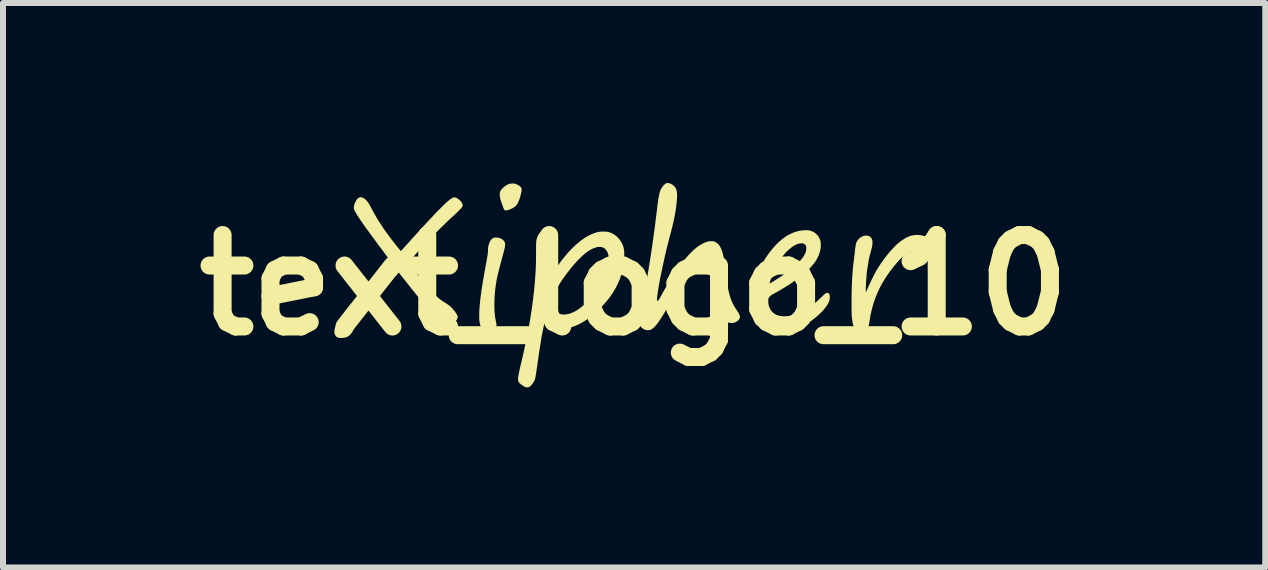
<source format=kicad_pcb>
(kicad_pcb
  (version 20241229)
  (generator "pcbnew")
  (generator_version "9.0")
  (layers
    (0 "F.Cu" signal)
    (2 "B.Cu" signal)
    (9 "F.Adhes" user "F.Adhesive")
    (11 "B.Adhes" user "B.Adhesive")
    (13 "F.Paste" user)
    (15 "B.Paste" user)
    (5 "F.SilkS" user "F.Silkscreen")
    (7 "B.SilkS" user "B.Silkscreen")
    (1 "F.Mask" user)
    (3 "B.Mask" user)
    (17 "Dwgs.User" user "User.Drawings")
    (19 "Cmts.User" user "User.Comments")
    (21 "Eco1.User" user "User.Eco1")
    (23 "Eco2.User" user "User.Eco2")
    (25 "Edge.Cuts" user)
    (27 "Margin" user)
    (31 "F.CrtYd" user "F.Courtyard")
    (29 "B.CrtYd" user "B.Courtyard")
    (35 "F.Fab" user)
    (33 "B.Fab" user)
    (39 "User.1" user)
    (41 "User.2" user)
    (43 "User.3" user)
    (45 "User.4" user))
  (footprint "text_logo_10"
    (layer "F.Cu")
    (at 7.518 1.702)
    (property "Reference" "text_logo_10" (at 0 0 0) (layer "F.SilkS") (effects (font (size 1.524 1.524) (thickness 0.3))))
    (attr board_only exclude_from_pos_files exclude_from_bom)
    (fp_poly (pts (xy -1.988 -1.691) (xy -1.961 -1.682) (xy -1.933 -1.668) (xy -1.93 -1.666) (xy -1.908 -1.651) (xy -1.892 -1.637) (xy -1.881 -1.623) (xy -1.875 -1.608) (xy -1.874 -1.595) (xy -1.875 -1.577) (xy -1.878 -1.554) (xy -1.884 -1.529) (xy -1.89 -1.501) (xy -1.898 -1.473) (xy -1.907 -1.444) (xy -1.916 -1.418) (xy -1.926 -1.394) (xy -1.935 -1.374) (xy -1.937 -1.37) (xy -1.953 -1.344) (xy -1.971 -1.322) (xy -1.993 -1.303) (xy -2.018 -1.286) (xy -2.036 -1.277) (xy -2.063 -1.265) (xy -2.087 -1.255) (xy -2.11 -1.249) (xy -2.129 -1.245) (xy -2.145 -1.246) (xy -2.156 -1.249) (xy -2.157 -1.25) (xy -2.162 -1.254) (xy -2.167 -1.262) (xy -2.172 -1.272) (xy -2.178 -1.286) (xy -2.185 -1.306) (xy -2.189 -1.318) (xy -2.196 -1.337) (xy -2.204 -1.359) (xy -2.211 -1.381) (xy -2.217 -1.396) (xy -2.229 -1.435) (xy -2.236 -1.47) (xy -2.239 -1.502) (xy -2.239 -1.52) (xy -2.238 -1.539) (xy -2.234 -1.555) (xy -2.227 -1.57) (xy -2.217 -1.586) (xy -2.203 -1.603) (xy -2.187 -1.619) (xy -2.159 -1.644) (xy -2.132 -1.664) (xy -2.105 -1.678) (xy -2.076 -1.688) (xy -2.045 -1.693) (xy -2.016 -1.694)) (stroke (width 0) (type solid)) (fill yes) (layer "F.SilkS"))
    (fp_poly (pts (xy -2.291 -0.793) (xy -2.257 -0.789) (xy -2.228 -0.78) (xy -2.202 -0.767) (xy -2.181 -0.75) (xy -2.17 -0.737) (xy -2.163 -0.727) (xy -2.157 -0.717) (xy -2.153 -0.707) (xy -2.15 -0.696) (xy -2.149 -0.684) (xy -2.149 -0.669) (xy -2.15 -0.652) (xy -2.154 -0.633) (xy -2.159 -0.609) (xy -2.165 -0.582) (xy -2.174 -0.549) (xy -2.184 -0.512) (xy -2.188 -0.496) (xy -2.207 -0.426) (xy -2.225 -0.36) (xy -2.241 -0.298) (xy -2.255 -0.241) (xy -2.268 -0.189) (xy -2.279 -0.142) (xy -2.288 -0.101) (xy -2.293 -0.075) (xy -2.305 -0.002) (xy -2.315 0.076) (xy -2.322 0.157) (xy -2.327 0.241) (xy -2.328 0.327) (xy -2.328 0.372) (xy -2.327 0.405) (xy -2.326 0.434) (xy -2.324 0.46) (xy -2.322 0.484) (xy -2.319 0.508) (xy -2.316 0.534) (xy -2.311 0.562) (xy -2.306 0.589) (xy -2.301 0.612) (xy -2.298 0.631) (xy -2.295 0.645) (xy -2.294 0.655) (xy -2.293 0.663) (xy -2.293 0.668) (xy -2.294 0.672) (xy -2.295 0.677) (xy -2.297 0.681) (xy -2.297 0.681) (xy -2.305 0.694) (xy -2.317 0.709) (xy -2.331 0.724) (xy -2.348 0.738) (xy -2.357 0.745) (xy -2.383 0.76) (xy -2.41 0.769) (xy -2.437 0.774) (xy -2.464 0.772) (xy -2.465 0.772) (xy -2.49 0.765) (xy -2.511 0.752) (xy -2.53 0.734) (xy -2.546 0.711) (xy -2.559 0.682) (xy -2.569 0.648) (xy -2.577 0.609) (xy -2.579 0.589) (xy -2.58 0.572) (xy -2.581 0.549) (xy -2.581 0.523) (xy -2.581 0.494) (xy -2.581 0.463) (xy -2.58 0.432) (xy -2.578 0.401) (xy -2.576 0.372) (xy -2.574 0.345) (xy -2.574 0.345) (xy -2.568 0.284) (xy -2.561 0.22) (xy -2.552 0.152) (xy -2.542 0.081) (xy -2.531 0.006) (xy -2.518 -0.074) (xy -2.503 -0.159) (xy -2.487 -0.249) (xy -2.48 -0.288) (xy -2.471 -0.337) (xy -2.463 -0.38) (xy -2.456 -0.418) (xy -2.451 -0.451) (xy -2.446 -0.48) (xy -2.442 -0.504) (xy -2.439 -0.525) (xy -2.437 -0.543) (xy -2.436 -0.558) (xy -2.435 -0.571) (xy -2.435 -0.577) (xy -2.434 -0.613) (xy -2.429 -0.648) (xy -2.42 -0.681) (xy -2.41 -0.711) (xy -2.396 -0.738) (xy -2.381 -0.759) (xy -2.375 -0.766) (xy -2.363 -0.777) (xy -2.351 -0.785) (xy -2.338 -0.79) (xy -2.322 -0.793) (xy -2.303 -0.793)) (stroke (width 0) (type solid)) (fill yes) (layer "F.SilkS"))
    (fp_poly (pts (xy 4.741 -0.836) (xy 4.781 -0.832) (xy 4.818 -0.823) (xy 4.848 -0.812) (xy 4.881 -0.794) (xy 4.911 -0.771) (xy 4.938 -0.745) (xy 4.961 -0.715) (xy 4.98 -0.683) (xy 4.993 -0.65) (xy 4.995 -0.644) (xy 4.998 -0.624) (xy 5 -0.599) (xy 5 -0.589) (xy 5 -0.574) (xy 5 -0.563) (xy 4.999 -0.554) (xy 4.996 -0.547) (xy 4.993 -0.538) (xy 4.989 -0.531) (xy 4.977 -0.509) (xy 4.963 -0.493) (xy 4.947 -0.481) (xy 4.927 -0.473) (xy 4.914 -0.47) (xy 4.887 -0.468) (xy 4.86 -0.471) (xy 4.834 -0.479) (xy 4.811 -0.492) (xy 4.802 -0.498) (xy 4.791 -0.507) (xy 4.779 -0.518) (xy 4.77 -0.526) (xy 4.747 -0.545) (xy 4.725 -0.559) (xy 4.722 -0.561) (xy 4.698 -0.57) (xy 4.672 -0.574) (xy 4.646 -0.572) (xy 4.617 -0.565) (xy 4.587 -0.553) (xy 4.556 -0.534) (xy 4.545 -0.527) (xy 4.514 -0.505) (xy 4.482 -0.477) (xy 4.447 -0.445) (xy 4.411 -0.408) (xy 4.374 -0.366) (xy 4.336 -0.321) (xy 4.297 -0.272) (xy 4.258 -0.221) (xy 4.257 -0.218) (xy 4.197 -0.132) (xy 4.143 -0.044) (xy 4.095 0.044) (xy 4.053 0.135) (xy 4.016 0.226) (xy 3.985 0.32) (xy 3.959 0.416) (xy 3.938 0.515) (xy 3.928 0.581) (xy 3.923 0.613) (xy 3.918 0.639) (xy 3.913 0.661) (xy 3.907 0.68) (xy 3.9 0.698) (xy 3.897 0.703) (xy 3.883 0.727) (xy 3.866 0.746) (xy 3.846 0.761) (xy 3.821 0.771) (xy 3.793 0.776) (xy 3.762 0.778) (xy 3.745 0.778) (xy 3.733 0.776) (xy 3.723 0.773) (xy 3.721 0.772) (xy 3.704 0.761) (xy 3.688 0.744) (xy 3.673 0.722) (xy 3.661 0.694) (xy 3.65 0.662) (xy 3.642 0.625) (xy 3.641 0.621) (xy 3.638 0.6) (xy 3.635 0.581) (xy 3.632 0.561) (xy 3.63 0.541) (xy 3.628 0.52) (xy 3.627 0.497) (xy 3.626 0.472) (xy 3.625 0.444) (xy 3.625 0.411) (xy 3.624 0.375) (xy 3.624 0.333) (xy 3.624 0.308) (xy 3.625 0.204) (xy 3.626 0.105) (xy 3.629 0.012) (xy 3.632 -0.076) (xy 3.637 -0.159) (xy 3.643 -0.236) (xy 3.649 -0.309) (xy 3.657 -0.377) (xy 3.662 -0.416) (xy 3.664 -0.431) (xy 3.667 -0.451) (xy 3.669 -0.474) (xy 3.672 -0.498) (xy 3.675 -0.523) (xy 3.676 -0.533) (xy 3.68 -0.574) (xy 3.685 -0.609) (xy 3.689 -0.638) (xy 3.693 -0.663) (xy 3.697 -0.684) (xy 3.701 -0.7) (xy 3.703 -0.705) (xy 3.715 -0.731) (xy 3.732 -0.756) (xy 3.753 -0.778) (xy 3.778 -0.797) (xy 3.804 -0.812) (xy 3.831 -0.822) (xy 3.846 -0.824) (xy 3.874 -0.826) (xy 3.899 -0.823) (xy 3.921 -0.814) (xy 3.94 -0.801) (xy 3.955 -0.783) (xy 3.966 -0.761) (xy 3.972 -0.736) (xy 3.973 -0.713) (xy 3.973 -0.7) (xy 3.972 -0.686) (xy 3.971 -0.671) (xy 3.968 -0.656) (xy 3.965 -0.637) (xy 3.96 -0.617) (xy 3.954 -0.592) (xy 3.947 -0.564) (xy 3.938 -0.531) (xy 3.931 -0.507) (xy 3.921 -0.466) (xy 3.913 -0.431) (xy 3.907 -0.401) (xy 3.905 -0.383) (xy 3.903 -0.372) (xy 3.901 -0.357) (xy 3.898 -0.34) (xy 3.895 -0.321) (xy 3.894 -0.315) (xy 3.89 -0.295) (xy 3.887 -0.272) (xy 3.883 -0.247) (xy 3.88 -0.223) (xy 3.879 -0.208) (xy 3.876 -0.183) (xy 3.874 -0.155) (xy 3.872 -0.125) (xy 3.869 -0.093) (xy 3.867 -0.061) (xy 3.865 -0.029) (xy 3.864 0.001) (xy 3.862 0.028) (xy 3.861 0.052) (xy 3.861 0.072) (xy 3.861 0.082) (xy 3.861 0.121) (xy 3.869 0.105) (xy 3.872 0.098) (xy 3.878 0.087) (xy 3.885 0.071) (xy 3.893 0.053) (xy 3.902 0.034) (xy 3.909 0.017) (xy 3.925 -0.017) (xy 3.941 -0.052) (xy 3.959 -0.089) (xy 3.976 -0.124) (xy 3.994 -0.159) (xy 4.01 -0.191) (xy 4.025 -0.22) (xy 4.039 -0.244) (xy 4.039 -0.244) (xy 4.063 -0.284) (xy 4.089 -0.325) (xy 4.118 -0.368) (xy 4.149 -0.411) (xy 4.181 -0.455) (xy 4.214 -0.497) (xy 4.247 -0.538) (xy 4.28 -0.577) (xy 4.312 -0.612) (xy 4.342 -0.644) (xy 4.37 -0.671) (xy 4.371 -0.672) (xy 4.412 -0.707) (xy 4.454 -0.739) (xy 4.495 -0.767) (xy 4.535 -0.791) (xy 4.574 -0.809) (xy 4.581 -0.812) (xy 4.619 -0.824) (xy 4.66 -0.833) (xy 4.701 -0.837)) (stroke (width 0) (type solid)) (fill yes) (layer "F.SilkS"))
    (fp_poly (pts (xy 2.895 -0.915) (xy 2.907 -0.914) (xy 2.918 -0.912) (xy 2.921 -0.911) (xy 2.954 -0.902) (xy 2.984 -0.89) (xy 3.01 -0.873) (xy 3.036 -0.852) (xy 3.04 -0.848) (xy 3.062 -0.825) (xy 3.079 -0.8) (xy 3.092 -0.775) (xy 3.103 -0.745) (xy 3.106 -0.735) (xy 3.109 -0.72) (xy 3.111 -0.7) (xy 3.111 -0.677) (xy 3.111 -0.652) (xy 3.11 -0.627) (xy 3.107 -0.604) (xy 3.104 -0.586) (xy 3.091 -0.538) (xy 3.074 -0.491) (xy 3.052 -0.445) (xy 3.025 -0.399) (xy 2.992 -0.354) (xy 2.954 -0.309) (xy 2.91 -0.263) (xy 2.867 -0.223) (xy 2.801 -0.166) (xy 2.729 -0.11) (xy 2.651 -0.054) (xy 2.568 0.002) (xy 2.48 0.056) (xy 2.388 0.11) (xy 2.377 0.116) (xy 2.352 0.13) (xy 2.331 0.142) (xy 2.314 0.151) (xy 2.301 0.159) (xy 2.291 0.165) (xy 2.283 0.171) (xy 2.277 0.175) (xy 2.272 0.179) (xy 2.267 0.183) (xy 2.264 0.186) (xy 2.255 0.196) (xy 2.247 0.208) (xy 2.243 0.215) (xy 2.24 0.222) (xy 2.238 0.229) (xy 2.236 0.237) (xy 2.236 0.247) (xy 2.236 0.261) (xy 2.236 0.269) (xy 2.239 0.31) (xy 2.247 0.349) (xy 2.26 0.385) (xy 2.279 0.417) (xy 2.29 0.432) (xy 2.313 0.457) (xy 2.339 0.477) (xy 2.369 0.494) (xy 2.402 0.506) (xy 2.439 0.514) (xy 2.48 0.519) (xy 2.513 0.519) (xy 2.57 0.516) (xy 2.626 0.508) (xy 2.682 0.494) (xy 2.739 0.474) (xy 2.796 0.448) (xy 2.854 0.416) (xy 2.856 0.416) (xy 2.891 0.394) (xy 2.927 0.369) (xy 2.962 0.343) (xy 2.999 0.313) (xy 3.037 0.28) (xy 3.078 0.242) (xy 3.113 0.209) (xy 3.135 0.188) (xy 3.153 0.17) (xy 3.168 0.157) (xy 3.18 0.146) (xy 3.191 0.139) (xy 3.199 0.133) (xy 3.207 0.13) (xy 3.214 0.129) (xy 3.219 0.128) (xy 3.233 0.131) (xy 3.245 0.139) (xy 3.254 0.151) (xy 3.258 0.163) (xy 3.261 0.18) (xy 3.262 0.199) (xy 3.262 0.219) (xy 3.259 0.238) (xy 3.258 0.245) (xy 3.249 0.273) (xy 3.236 0.303) (xy 3.217 0.335) (xy 3.194 0.368) (xy 3.167 0.402) (xy 3.136 0.437) (xy 3.102 0.471) (xy 3.086 0.486) (xy 3.028 0.537) (xy 2.971 0.581) (xy 2.915 0.621) (xy 2.86 0.655) (xy 2.804 0.685) (xy 2.748 0.71) (xy 2.691 0.73) (xy 2.632 0.746) (xy 2.58 0.757) (xy 2.562 0.76) (xy 2.541 0.762) (xy 2.516 0.763) (xy 2.489 0.764) (xy 2.462 0.765) (xy 2.436 0.765) (xy 2.413 0.765) (xy 2.394 0.764) (xy 2.386 0.763) (xy 2.331 0.753) (xy 2.28 0.74) (xy 2.233 0.722) (xy 2.189 0.699) (xy 2.159 0.68) (xy 2.122 0.648) (xy 2.089 0.613) (xy 2.06 0.572) (xy 2.035 0.528) (xy 2.014 0.479) (xy 1.997 0.427) (xy 1.986 0.377) (xy 1.984 0.365) (xy 1.983 0.355) (xy 1.981 0.345) (xy 1.981 0.333) (xy 1.98 0.321) (xy 1.979 0.305) (xy 1.979 0.286) (xy 1.979 0.263) (xy 1.979 0.237) (xy 1.979 0.205) (xy 1.98 0.179) (xy 1.98 0.157) (xy 1.981 0.139) (xy 1.982 0.124) (xy 1.983 0.11) (xy 1.985 0.098) (xy 1.997 0.022) (xy 2.009 -0.031) (xy 2.259 -0.031) (xy 2.259 -0.028) (xy 2.26 -0.028) (xy 2.26 -0.027) (xy 2.263 -0.029) (xy 2.271 -0.033) (xy 2.282 -0.04) (xy 2.295 -0.048) (xy 2.308 -0.055) (xy 2.385 -0.103) (xy 2.457 -0.15) (xy 2.523 -0.196) (xy 2.583 -0.24) (xy 2.638 -0.284) (xy 2.687 -0.326) (xy 2.731 -0.367) (xy 2.768 -0.407) (xy 2.8 -0.445) (xy 2.826 -0.482) (xy 2.846 -0.518) (xy 2.861 -0.552) (xy 2.863 -0.559) (xy 2.867 -0.577) (xy 2.869 -0.598) (xy 2.87 -0.618) (xy 2.869 -0.637) (xy 2.866 -0.649) (xy 2.859 -0.665) (xy 2.847 -0.679) (xy 2.832 -0.689) (xy 2.827 -0.692) (xy 2.812 -0.695) (xy 2.793 -0.697) (xy 2.773 -0.696) (xy 2.753 -0.693) (xy 2.744 -0.691) (xy 2.712 -0.681) (xy 2.679 -0.665) (xy 2.645 -0.644) (xy 2.61 -0.618) (xy 2.574 -0.588) (xy 2.539 -0.554) (xy 2.538 -0.553) (xy 2.486 -0.494) (xy 2.438 -0.432) (xy 2.395 -0.367) (xy 2.357 -0.299) (xy 2.323 -0.227) (xy 2.294 -0.151) (xy 2.27 -0.075) (xy 2.265 -0.057) (xy 2.262 -0.045) (xy 2.26 -0.036) (xy 2.259 -0.031) (xy 2.009 -0.031) (xy 2.013 -0.05) (xy 2.033 -0.119) (xy 2.056 -0.187) (xy 2.085 -0.255) (xy 2.107 -0.301) (xy 2.15 -0.382) (xy 2.197 -0.46) (xy 2.249 -0.534) (xy 2.304 -0.604) (xy 2.363 -0.669) (xy 2.383 -0.69) (xy 2.423 -0.728) (xy 2.461 -0.761) (xy 2.499 -0.79) (xy 2.537 -0.816) (xy 2.576 -0.839) (xy 2.605 -0.853) (xy 2.651 -0.874) (xy 2.696 -0.89) (xy 2.74 -0.902) (xy 2.785 -0.91) (xy 2.833 -0.914) (xy 2.843 -0.915) (xy 2.864 -0.915) (xy 2.881 -0.915)) (stroke (width 0) (type solid)) (fill yes) (layer "F.SilkS"))
    (fp_poly (pts (xy 0.583 -1.699) (xy 0.604 -1.692) (xy 0.625 -1.682) (xy 0.645 -1.67) (xy 0.658 -1.659) (xy 0.675 -1.642) (xy 0.688 -1.624) (xy 0.699 -1.604) (xy 0.707 -1.581) (xy 0.713 -1.556) (xy 0.716 -1.526) (xy 0.717 -1.493) (xy 0.715 -1.454) (xy 0.714 -1.437) (xy 0.71 -1.383) (xy 0.704 -1.326) (xy 0.696 -1.267) (xy 0.686 -1.206) (xy 0.674 -1.142) (xy 0.66 -1.074) (xy 0.644 -1.002) (xy 0.625 -0.926) (xy 0.604 -0.845) (xy 0.587 -0.783) (xy 0.576 -0.739) (xy 0.564 -0.692) (xy 0.551 -0.644) (xy 0.539 -0.593) (xy 0.527 -0.542) (xy 0.515 -0.489) (xy 0.503 -0.435) (xy 0.491 -0.381) (xy 0.479 -0.327) (xy 0.468 -0.273) (xy 0.457 -0.22) (xy 0.446 -0.168) (xy 0.436 -0.118) (xy 0.427 -0.069) (xy 0.418 -0.022) (xy 0.411 0.023) (xy 0.403 0.064) (xy 0.397 0.103) (xy 0.392 0.138) (xy 0.388 0.169) (xy 0.384 0.196) (xy 0.382 0.219) (xy 0.382 0.236) (xy 0.382 0.249) (xy 0.384 0.255) (xy 0.388 0.259) (xy 0.394 0.261) (xy 0.397 0.261) (xy 0.4 0.261) (xy 0.403 0.258) (xy 0.407 0.252) (xy 0.412 0.243) (xy 0.42 0.23) (xy 0.426 0.219) (xy 0.478 0.126) (xy 0.53 0.036) (xy 0.581 -0.048) (xy 0.631 -0.129) (xy 0.681 -0.205) (xy 0.73 -0.275) (xy 0.778 -0.341) (xy 0.825 -0.402) (xy 0.87 -0.458) (xy 0.915 -0.508) (xy 0.958 -0.552) (xy 0.989 -0.582) (xy 1.032 -0.619) (xy 1.073 -0.65) (xy 1.112 -0.676) (xy 1.15 -0.697) (xy 1.188 -0.713) (xy 1.225 -0.725) (xy 1.226 -0.725) (xy 1.241 -0.729) (xy 1.253 -0.731) (xy 1.266 -0.732) (xy 1.281 -0.732) (xy 1.292 -0.732) (xy 1.309 -0.731) (xy 1.321 -0.73) (xy 1.33 -0.729) (xy 1.338 -0.726) (xy 1.347 -0.723) (xy 1.347 -0.722) (xy 1.37 -0.709) (xy 1.392 -0.693) (xy 1.411 -0.673) (xy 1.428 -0.65) (xy 1.444 -0.621) (xy 1.458 -0.589) (xy 1.471 -0.551) (xy 1.482 -0.508) (xy 1.493 -0.459) (xy 1.494 -0.457) (xy 1.501 -0.416) (xy 1.509 -0.37) (xy 1.516 -0.321) (xy 1.523 -0.268) (xy 1.529 -0.214) (xy 1.53 -0.203) (xy 1.536 -0.156) (xy 1.54 -0.114) (xy 1.545 -0.077) (xy 1.549 -0.044) (xy 1.554 -0.014) (xy 1.558 0.014) (xy 1.563 0.04) (xy 1.568 0.066) (xy 1.573 0.091) (xy 1.576 0.103) (xy 1.591 0.162) (xy 1.607 0.215) (xy 1.626 0.265) (xy 1.647 0.311) (xy 1.67 0.355) (xy 1.697 0.397) (xy 1.703 0.406) (xy 1.723 0.436) (xy 1.739 0.462) (xy 1.751 0.485) (xy 1.759 0.504) (xy 1.763 0.521) (xy 1.763 0.524) (xy 1.764 0.536) (xy 1.762 0.545) (xy 1.759 0.555) (xy 1.757 0.56) (xy 1.745 0.577) (xy 1.73 0.593) (xy 1.71 0.607) (xy 1.688 0.619) (xy 1.666 0.627) (xy 1.658 0.629) (xy 1.64 0.631) (xy 1.618 0.631) (xy 1.596 0.629) (xy 1.575 0.625) (xy 1.568 0.623) (xy 1.538 0.61) (xy 1.509 0.591) (xy 1.481 0.567) (xy 1.454 0.539) (xy 1.43 0.507) (xy 1.409 0.472) (xy 1.399 0.453) (xy 1.383 0.415) (xy 1.368 0.371) (xy 1.355 0.322) (xy 1.344 0.269) (xy 1.334 0.21) (xy 1.325 0.148) (xy 1.32 0.095) (xy 1.316 0.054) (xy 1.313 0.018) (xy 1.31 -0.013) (xy 1.308 -0.04) (xy 1.305 -0.063) (xy 1.303 -0.084) (xy 1.301 -0.102) (xy 1.3 -0.12) (xy 1.298 -0.136) (xy 1.296 -0.153) (xy 1.295 -0.156) (xy 1.289 -0.201) (xy 1.284 -0.241) (xy 1.278 -0.276) (xy 1.271 -0.305) (xy 1.265 -0.331) (xy 1.258 -0.352) (xy 1.25 -0.371) (xy 1.242 -0.386) (xy 1.233 -0.398) (xy 1.231 -0.4) (xy 1.216 -0.414) (xy 1.2 -0.422) (xy 1.182 -0.425) (xy 1.175 -0.426) (xy 1.159 -0.424) (xy 1.143 -0.419) (xy 1.125 -0.411) (xy 1.107 -0.399) (xy 1.086 -0.383) (xy 1.064 -0.363) (xy 1.038 -0.337) (xy 1.037 -0.337) (xy 1.011 -0.308) (xy 0.983 -0.276) (xy 0.954 -0.24) (xy 0.923 -0.2) (xy 0.891 -0.156) (xy 0.857 -0.107) (xy 0.821 -0.055) (xy 0.783 0.003) (xy 0.743 0.065) (xy 0.702 0.133) (xy 0.657 0.205) (xy 0.611 0.283) (xy 0.562 0.366) (xy 0.556 0.377) (xy 0.524 0.43) (xy 0.496 0.478) (xy 0.469 0.52) (xy 0.445 0.559) (xy 0.423 0.592) (xy 0.402 0.622) (xy 0.382 0.648) (xy 0.364 0.67) (xy 0.347 0.689) (xy 0.331 0.706) (xy 0.315 0.719) (xy 0.3 0.73) (xy 0.285 0.739) (xy 0.283 0.74) (xy 0.272 0.745) (xy 0.264 0.748) (xy 0.255 0.75) (xy 0.244 0.75) (xy 0.234 0.75) (xy 0.219 0.75) (xy 0.206 0.749) (xy 0.195 0.747) (xy 0.192 0.746) (xy 0.177 0.741) (xy 0.165 0.736) (xy 0.154 0.73) (xy 0.143 0.723) (xy 0.122 0.705) (xy 0.106 0.683) (xy 0.095 0.659) (xy 0.09 0.633) (xy 0.089 0.631) (xy 0.089 0.622) (xy 0.089 0.612) (xy 0.09 0.601) (xy 0.091 0.587) (xy 0.093 0.571) (xy 0.096 0.552) (xy 0.1 0.529) (xy 0.105 0.502) (xy 0.111 0.47) (xy 0.118 0.433) (xy 0.121 0.418) (xy 0.172 0.143) (xy 0.219 -0.128) (xy 0.263 -0.397) (xy 0.303 -0.664) (xy 0.34 -0.931) (xy 0.374 -1.199) (xy 0.386 -1.297) (xy 0.392 -1.348) (xy 0.398 -1.394) (xy 0.404 -1.435) (xy 0.41 -1.47) (xy 0.417 -1.502) (xy 0.423 -1.53) (xy 0.43 -1.555) (xy 0.438 -1.577) (xy 0.446 -1.596) (xy 0.456 -1.614) (xy 0.466 -1.63) (xy 0.477 -1.646) (xy 0.48 -1.649) (xy 0.495 -1.667) (xy 0.511 -1.681) (xy 0.526 -1.693) (xy 0.539 -1.7) (xy 0.546 -1.702) (xy 0.563 -1.702)) (stroke (width 0) (type solid)) (fill yes) (layer "F.SilkS"))
    (fp_poly (pts (xy -1.428 -0.929) (xy -1.414 -0.92) (xy -1.401 -0.907) (xy -1.39 -0.893) (xy -1.38 -0.878) (xy -1.371 -0.861) (xy -1.364 -0.842) (xy -1.358 -0.821) (xy -1.354 -0.798) (xy -1.351 -0.772) (xy -1.349 -0.742) (xy -1.348 -0.709) (xy -1.349 -0.673) (xy -1.351 -0.633) (xy -1.355 -0.588) (xy -1.359 -0.539) (xy -1.365 -0.485) (xy -1.373 -0.425) (xy -1.381 -0.361) (xy -1.39 -0.298) (xy -1.394 -0.267) (xy -1.399 -0.237) (xy -1.403 -0.209) (xy -1.406 -0.183) (xy -1.409 -0.161) (xy -1.412 -0.142) (xy -1.413 -0.128) (xy -1.414 -0.119) (xy -1.415 -0.117) (xy -1.417 -0.096) (xy -1.381 -0.156) (xy -1.323 -0.248) (xy -1.265 -0.334) (xy -1.206 -0.415) (xy -1.145 -0.49) (xy -1.085 -0.56) (xy -1.023 -0.623) (xy -0.961 -0.681) (xy -0.898 -0.733) (xy -0.835 -0.779) (xy -0.822 -0.788) (xy -0.798 -0.802) (xy -0.771 -0.817) (xy -0.743 -0.832) (xy -0.714 -0.846) (xy -0.686 -0.858) (xy -0.662 -0.867) (xy -0.655 -0.87) (xy -0.628 -0.878) (xy -0.605 -0.884) (xy -0.583 -0.888) (xy -0.561 -0.891) (xy -0.537 -0.892) (xy -0.51 -0.893) (xy -0.482 -0.892) (xy -0.458 -0.89) (xy -0.437 -0.887) (xy -0.417 -0.882) (xy -0.396 -0.875) (xy -0.378 -0.868) (xy -0.343 -0.85) (xy -0.31 -0.827) (xy -0.278 -0.8) (xy -0.25 -0.769) (xy -0.224 -0.734) (xy -0.203 -0.698) (xy -0.186 -0.66) (xy -0.183 -0.651) (xy -0.177 -0.63) (xy -0.172 -0.61) (xy -0.168 -0.59) (xy -0.166 -0.568) (xy -0.164 -0.544) (xy -0.164 -0.516) (xy -0.164 -0.5) (xy -0.167 -0.418) (xy -0.176 -0.336) (xy -0.191 -0.255) (xy -0.212 -0.176) (xy -0.239 -0.098) (xy -0.272 -0.021) (xy -0.311 0.055) (xy -0.356 0.13) (xy -0.406 0.203) (xy -0.463 0.274) (xy -0.525 0.345) (xy -0.593 0.413) (xy -0.613 0.433) (xy -0.677 0.489) (xy -0.74 0.54) (xy -0.802 0.584) (xy -0.864 0.622) (xy -0.925 0.655) (xy -0.986 0.681) (xy -1.046 0.702) (xy -1.102 0.715) (xy -1.151 0.724) (xy -1.196 0.728) (xy -1.236 0.729) (xy -1.272 0.726) (xy -1.304 0.718) (xy -1.332 0.707) (xy -1.357 0.692) (xy -1.375 0.676) (xy -1.391 0.658) (xy -1.409 0.634) (xy -1.427 0.606) (xy -1.445 0.575) (xy -1.45 0.566) (xy -1.457 0.553) (xy -1.463 0.542) (xy -1.467 0.535) (xy -1.469 0.531) (xy -1.469 0.531) (xy -1.471 0.534) (xy -1.473 0.542) (xy -1.476 0.555) (xy -1.48 0.571) (xy -1.485 0.591) (xy -1.49 0.614) (xy -1.496 0.638) (xy -1.501 0.663) (xy -1.507 0.689) (xy -1.512 0.714) (xy -1.517 0.739) (xy -1.521 0.758) (xy -1.53 0.801) (xy -1.538 0.844) (xy -1.546 0.888) (xy -1.553 0.934) (xy -1.561 0.982) (xy -1.569 1.033) (xy -1.578 1.089) (xy -1.587 1.149) (xy -1.594 1.202) (xy -1.602 1.257) (xy -1.609 1.306) (xy -1.615 1.349) (xy -1.621 1.387) (xy -1.626 1.421) (xy -1.63 1.45) (xy -1.634 1.475) (xy -1.638 1.497) (xy -1.641 1.515) (xy -1.643 1.53) (xy -1.646 1.542) (xy -1.648 1.552) (xy -1.65 1.56) (xy -1.651 1.567) (xy -1.652 1.569) (xy -1.661 1.59) (xy -1.672 1.611) (xy -1.686 1.633) (xy -1.701 1.653) (xy -1.716 1.671) (xy -1.73 1.685) (xy -1.735 1.689) (xy -1.752 1.699) (xy -1.766 1.704) (xy -1.781 1.705) (xy -1.798 1.702) (xy -1.804 1.701) (xy -1.823 1.694) (xy -1.844 1.683) (xy -1.867 1.668) (xy -1.888 1.651) (xy -1.906 1.635) (xy -1.919 1.621) (xy -1.927 1.608) (xy -1.932 1.595) (xy -1.934 1.583) (xy -1.935 1.57) (xy -1.934 1.554) (xy -1.932 1.536) (xy -1.929 1.514) (xy -1.925 1.489) (xy -1.919 1.46) (xy -1.912 1.427) (xy -1.904 1.389) (xy -1.894 1.346) (xy -1.883 1.302) (xy -1.84 1.116) (xy -1.801 0.934) (xy -1.765 0.756) (xy -1.734 0.581) (xy -1.707 0.41) (xy -1.695 0.319) (xy -1.375 0.319) (xy -1.375 0.344) (xy -1.372 0.365) (xy -1.364 0.384) (xy -1.353 0.403) (xy -1.337 0.421) (xy -1.33 0.428) (xy -1.303 0.45) (xy -1.273 0.468) (xy -1.239 0.48) (xy -1.201 0.488) (xy -1.193 0.489) (xy -1.181 0.49) (xy -1.166 0.49) (xy -1.147 0.489) (xy -1.129 0.487) (xy -1.113 0.485) (xy -1.106 0.484) (xy -1.066 0.473) (xy -1.025 0.457) (xy -0.982 0.436) (xy -0.937 0.409) (xy -0.892 0.376) (xy -0.845 0.339) (xy -0.798 0.296) (xy -0.75 0.249) (xy -0.701 0.197) (xy -0.659 0.148) (xy -0.609 0.085) (xy -0.565 0.021) (xy -0.527 -0.042) (xy -0.494 -0.106) (xy -0.468 -0.169) (xy -0.447 -0.233) (xy -0.432 -0.295) (xy -0.426 -0.336) (xy -0.423 -0.362) (xy -0.422 -0.39) (xy -0.421 -0.418) (xy -0.422 -0.446) (xy -0.424 -0.471) (xy -0.427 -0.494) (xy -0.43 -0.508) (xy -0.441 -0.541) (xy -0.455 -0.569) (xy -0.473 -0.593) (xy -0.493 -0.612) (xy -0.516 -0.626) (xy -0.542 -0.635) (xy -0.569 -0.638) (xy -0.57 -0.638) (xy -0.607 -0.635) (xy -0.644 -0.626) (xy -0.684 -0.611) (xy -0.725 -0.591) (xy -0.767 -0.564) (xy -0.811 -0.532) (xy -0.856 -0.494) (xy -0.903 -0.449) (xy -0.952 -0.399) (xy -1.002 -0.343) (xy -1.054 -0.282) (xy -1.06 -0.273) (xy -1.115 -0.203) (xy -1.164 -0.136) (xy -1.209 -0.072) (xy -1.248 -0.01) (xy -1.282 0.049) (xy -1.311 0.105) (xy -1.334 0.159) (xy -1.353 0.209) (xy -1.366 0.256) (xy -1.372 0.29) (xy -1.375 0.319) (xy -1.695 0.319) (xy -1.685 0.243) (xy -1.666 0.081) (xy -1.652 -0.078) (xy -1.647 -0.146) (xy -1.644 -0.187) (xy -1.642 -0.224) (xy -1.64 -0.26) (xy -1.638 -0.296) (xy -1.637 -0.331) (xy -1.636 -0.369) (xy -1.635 -0.408) (xy -1.635 -0.451) (xy -1.635 -0.499) (xy -1.634 -0.537) (xy -1.634 -0.578) (xy -1.634 -0.612) (xy -1.634 -0.642) (xy -1.633 -0.668) (xy -1.633 -0.689) (xy -1.632 -0.707) (xy -1.631 -0.723) (xy -1.63 -0.736) (xy -1.628 -0.748) (xy -1.626 -0.758) (xy -1.624 -0.768) (xy -1.621 -0.778) (xy -1.618 -0.788) (xy -1.617 -0.79) (xy -1.604 -0.823) (xy -1.587 -0.852) (xy -1.567 -0.877) (xy -1.544 -0.899) (xy -1.518 -0.915) (xy -1.491 -0.927) (xy -1.462 -0.933) (xy -1.444 -0.933)) (stroke (width 0) (type solid)) (fill yes) (layer "F.SilkS"))
    (fp_poly (pts (xy -4.526 -1.459) (xy -4.505 -1.448) (xy -4.482 -1.432) (xy -4.464 -1.415) (xy -4.452 -1.401) (xy -4.439 -1.385) (xy -4.426 -1.366) (xy -4.412 -1.343) (xy -4.396 -1.316) (xy -4.379 -1.284) (xy -4.372 -1.27) (xy -4.334 -1.2) (xy -4.294 -1.129) (xy -4.251 -1.059) (xy -4.205 -0.987) (xy -4.155 -0.914) (xy -4.101 -0.84) (xy -4.044 -0.763) (xy -3.982 -0.684) (xy -3.933 -0.623) (xy -3.887 -0.567) (xy -3.88 -0.574) (xy -3.877 -0.578) (xy -3.87 -0.586) (xy -3.86 -0.597) (xy -3.847 -0.611) (xy -3.832 -0.628) (xy -3.815 -0.647) (xy -3.797 -0.667) (xy -3.789 -0.676) (xy -3.72 -0.752) (xy -3.656 -0.823) (xy -3.595 -0.89) (xy -3.538 -0.953) (xy -3.484 -1.011) (xy -3.434 -1.065) (xy -3.387 -1.115) (xy -3.343 -1.162) (xy -3.303 -1.204) (xy -3.265 -1.243) (xy -3.23 -1.278) (xy -3.198 -1.31) (xy -3.169 -1.339) (xy -3.142 -1.364) (xy -3.118 -1.386) (xy -3.095 -1.405) (xy -3.076 -1.421) (xy -3.058 -1.435) (xy -3.042 -1.445) (xy -3.028 -1.453) (xy -3.022 -1.456) (xy -3.012 -1.461) (xy -3.004 -1.463) (xy -2.997 -1.464) (xy -2.987 -1.462) (xy -2.987 -1.462) (xy -2.968 -1.457) (xy -2.95 -1.449) (xy -2.931 -1.436) (xy -2.917 -1.426) (xy -2.897 -1.408) (xy -2.881 -1.389) (xy -2.869 -1.37) (xy -2.861 -1.352) (xy -2.857 -1.334) (xy -2.858 -1.319) (xy -2.861 -1.312) (xy -2.867 -1.302) (xy -2.876 -1.289) (xy -2.888 -1.275) (xy -2.903 -1.259) (xy -2.922 -1.239) (xy -2.945 -1.217) (xy -2.971 -1.192) (xy -3.002 -1.163) (xy -3.02 -1.147) (xy -3.052 -1.118) (xy -3.086 -1.085) (xy -3.123 -1.05) (xy -3.162 -1.012) (xy -3.202 -0.973) (xy -3.243 -0.932) (xy -3.285 -0.89) (xy -3.327 -0.848) (xy -3.369 -0.805) (xy -3.41 -0.763) (xy -3.45 -0.721) (xy -3.489 -0.68) (xy -3.527 -0.641) (xy -3.562 -0.603) (xy -3.594 -0.567) (xy -3.624 -0.534) (xy -3.651 -0.504) (xy -3.673 -0.478) (xy -3.691 -0.456) (xy -3.707 -0.436) (xy -3.721 -0.417) (xy -3.732 -0.401) (xy -3.741 -0.387) (xy -3.745 -0.378) (xy -3.746 -0.375) (xy -3.747 -0.369) (xy -3.745 -0.362) (xy -3.74 -0.353) (xy -3.735 -0.344) (xy -3.722 -0.322) (xy -3.706 -0.298) (xy -3.688 -0.272) (xy -3.667 -0.244) (xy -3.643 -0.213) (xy -3.616 -0.178) (xy -3.585 -0.141) (xy -3.551 -0.1) (xy -3.513 -0.055) (xy -3.481 -0.017) (xy -3.443 0.026) (xy -3.409 0.065) (xy -3.378 0.1) (xy -3.348 0.131) (xy -3.321 0.159) (xy -3.296 0.183) (xy -3.271 0.206) (xy -3.248 0.225) (xy -3.225 0.244) (xy -3.201 0.26) (xy -3.177 0.276) (xy -3.17 0.281) (xy -3.144 0.297) (xy -3.122 0.311) (xy -3.105 0.323) (xy -3.09 0.333) (xy -3.077 0.342) (xy -3.066 0.351) (xy -3.056 0.361) (xy -3.053 0.364) (xy -3.03 0.387) (xy -3.008 0.413) (xy -2.987 0.439) (xy -2.969 0.465) (xy -2.954 0.489) (xy -2.948 0.502) (xy -2.943 0.513) (xy -2.94 0.521) (xy -2.939 0.528) (xy -2.94 0.536) (xy -2.941 0.541) (xy -2.948 0.563) (xy -2.961 0.585) (xy -2.979 0.606) (xy -2.982 0.609) (xy -2.995 0.62) (xy -3.008 0.627) (xy -3.023 0.632) (xy -3.04 0.634) (xy -3.058 0.635) (xy -3.093 0.632) (xy -3.129 0.624) (xy -3.166 0.61) (xy -3.205 0.59) (xy -3.215 0.584) (xy -3.234 0.573) (xy -3.251 0.561) (xy -3.269 0.548) (xy -3.287 0.533) (xy -3.305 0.517) (xy -3.326 0.497) (xy -3.35 0.474) (xy -3.366 0.458) (xy -3.39 0.434) (xy -3.414 0.409) (xy -3.438 0.383) (xy -3.463 0.355) (xy -3.49 0.325) (xy -3.517 0.293) (xy -3.547 0.258) (xy -3.578 0.221) (xy -3.611 0.18) (xy -3.647 0.136) (xy -3.686 0.088) (xy -3.727 0.036) (xy -3.772 -0.021) (xy -3.791 -0.045) (xy -3.817 -0.077) (xy -3.839 -0.106) (xy -3.858 -0.129) (xy -3.874 -0.149) (xy -3.887 -0.166) (xy -3.898 -0.179) (xy -3.906 -0.19) (xy -3.913 -0.197) (xy -3.917 -0.203) (xy -3.921 -0.206) (xy -3.923 -0.208) (xy -3.924 -0.209) (xy -3.924 -0.209) (xy -3.927 -0.207) (xy -3.933 -0.201) (xy -3.943 -0.191) (xy -3.956 -0.178) (xy -3.971 -0.163) (xy -3.989 -0.145) (xy -4.008 -0.125) (xy -4.029 -0.103) (xy -4.051 -0.081) (xy -4.074 -0.057) (xy -4.096 -0.034) (xy -4.119 -0.01) (xy -4.141 0.013) (xy -4.162 0.035) (xy -4.181 0.055) (xy -4.187 0.061) (xy -4.246 0.124) (xy -4.3 0.183) (xy -4.351 0.24) (xy -4.398 0.293) (xy -4.441 0.343) (xy -4.48 0.39) (xy -4.514 0.433) (xy -4.544 0.472) (xy -4.57 0.508) (xy -4.591 0.541) (xy -4.608 0.569) (xy -4.617 0.587) (xy -4.622 0.597) (xy -4.627 0.611) (xy -4.634 0.627) (xy -4.64 0.644) (xy -4.642 0.65) (xy -4.658 0.693) (xy -4.673 0.73) (xy -4.688 0.762) (xy -4.703 0.789) (xy -4.719 0.811) (xy -4.735 0.83) (xy -4.753 0.845) (xy -4.772 0.857) (xy -4.792 0.866) (xy -4.813 0.873) (xy -4.831 0.876) (xy -4.852 0.879) (xy -4.874 0.88) (xy -4.894 0.881) (xy -4.911 0.879) (xy -4.919 0.878) (xy -4.939 0.872) (xy -4.955 0.864) (xy -4.968 0.853) (xy -4.971 0.849) (xy -4.981 0.835) (xy -4.989 0.819) (xy -4.993 0.8) (xy -4.995 0.781) (xy -4.995 0.758) (xy -4.991 0.735) (xy -4.984 0.709) (xy -4.973 0.681) (xy -4.959 0.65) (xy -4.94 0.616) (xy -4.933 0.604) (xy -4.908 0.564) (xy -4.879 0.522) (xy -4.847 0.477) (xy -4.811 0.429) (xy -4.772 0.378) (xy -4.728 0.325) (xy -4.68 0.268) (xy -4.629 0.209) (xy -4.573 0.146) (xy -4.512 0.08) (xy -4.448 0.01) (xy -4.379 -0.063) (xy -4.305 -0.14) (xy -4.227 -0.221) (xy -4.198 -0.25) (xy -4.17 -0.279) (xy -4.146 -0.303) (xy -4.126 -0.324) (xy -4.11 -0.342) (xy -4.097 -0.356) (xy -4.087 -0.368) (xy -4.079 -0.377) (xy -4.074 -0.384) (xy -4.073 -0.387) (xy -4.07 -0.393) (xy -4.07 -0.398) (xy -4.073 -0.406) (xy -4.074 -0.408) (xy -4.078 -0.415) (xy -4.083 -0.424) (xy -4.089 -0.435) (xy -4.098 -0.448) (xy -4.109 -0.464) (xy -4.122 -0.482) (xy -4.138 -0.504) (xy -4.157 -0.53) (xy -4.178 -0.559) (xy -4.203 -0.593) (xy -4.232 -0.631) (xy -4.236 -0.636) (xy -4.286 -0.703) (xy -4.332 -0.766) (xy -4.375 -0.824) (xy -4.414 -0.878) (xy -4.451 -0.928) (xy -4.484 -0.973) (xy -4.513 -1.016) (xy -4.54 -1.055) (xy -4.565 -1.09) (xy -4.586 -1.122) (xy -4.605 -1.152) (xy -4.622 -1.179) (xy -4.636 -1.203) (xy -4.641 -1.21) (xy -4.652 -1.231) (xy -4.661 -1.248) (xy -4.667 -1.262) (xy -4.67 -1.275) (xy -4.671 -1.287) (xy -4.671 -1.3) (xy -4.67 -1.308) (xy -4.665 -1.334) (xy -4.657 -1.359) (xy -4.646 -1.384) (xy -4.634 -1.408) (xy -4.62 -1.428) (xy -4.605 -1.444) (xy -4.59 -1.456) (xy -4.586 -1.458) (xy -4.567 -1.464) (xy -4.547 -1.464)) (stroke (width 0) (type solid)) (fill yes) (layer "F.SilkS")))
  (gr_rect
    (start -3 -3)
    (end 18.037 6.408)
    (stroke (width 0.1) (type default))
    (fill no)
    (layer "Edge.Cuts")))
</source>
